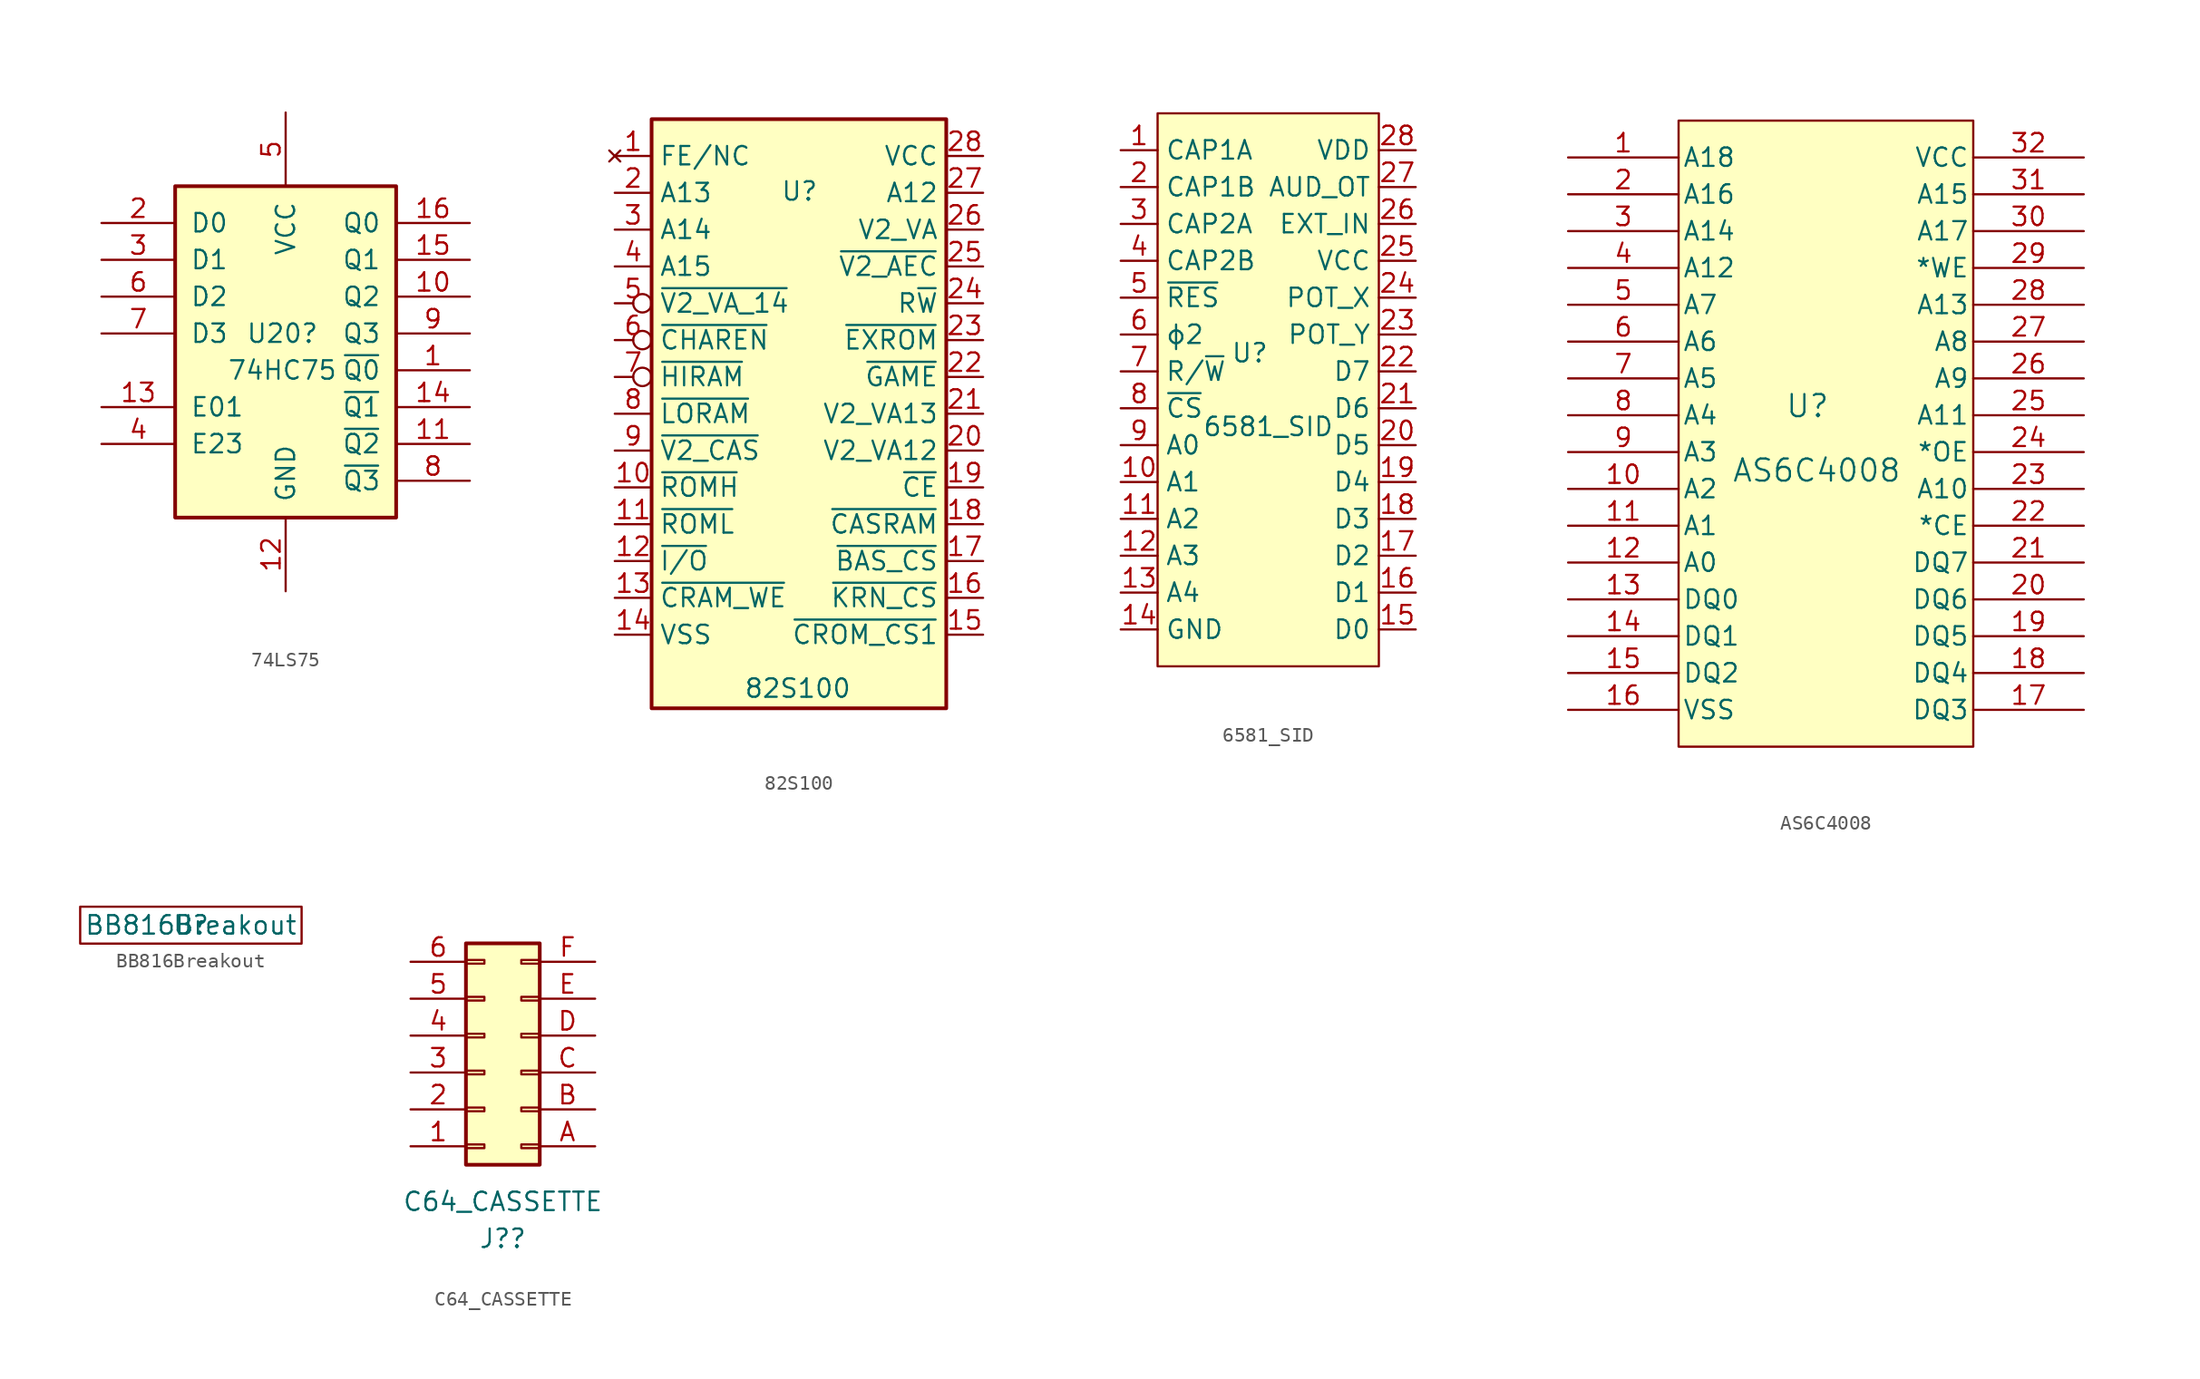
<source format=kicad_sym>
(kicad_symbol_lib
  (version 20220914)
  (generator kicad_symbol_editor)
  (symbol "74LS75"
    (pin_names
      (offset 1.016))
    (property "Reference" "U20"
      (at -0.229 0 0)
      (effects (font (size 1.27 1.27))))
    (property "Value" "74HC75"
      (at -0.229 -2.54 0)
      (effects (font (size 1.27 1.27))))
    (symbol "74LS75_1_0"
      (pin output line (at 12.7 -2.54 180) (length 5.08) (name "~{Q0}" (effects (font (size 1.27 1.27)))) (number "1" (effects (font (size 1.27 1.27)))))
      (pin output line (at 12.7 2.54 180) (length 5.08) (name "Q2" (effects (font (size 1.27 1.27)))) (number "10" (effects (font (size 1.27 1.27)))))
      (pin output line (at 12.7 -7.62 180) (length 5.08) (name "~{Q2}" (effects (font (size 1.27 1.27)))) (number "11" (effects (font (size 1.27 1.27)))))
      (pin power_in line (at 0 -17.78 90) (length 5.08) (name "GND" (effects (font (size 1.27 1.27)))) (number "12" (effects (font (size 1.27 1.27)))))
      (pin input line (at -12.7 -5.08 0) (length 5.08) (name "E01" (effects (font (size 1.27 1.27)))) (number "13" (effects (font (size 1.27 1.27)))))
      (pin output line (at 12.7 -5.08 180) (length 5.08) (name "~{Q1}" (effects (font (size 1.27 1.27)))) (number "14" (effects (font (size 1.27 1.27)))))
      (pin output line (at 12.7 5.08 180) (length 5.08) (name "Q1" (effects (font (size 1.27 1.27)))) (number "15" (effects (font (size 1.27 1.27)))))
      (pin output line (at 12.7 7.62 180) (length 5.08) (name "Q0" (effects (font (size 1.27 1.27)))) (number "16" (effects (font (size 1.27 1.27)))))
      (pin input line (at -12.7 7.62 0) (length 5.08) (name "D0" (effects (font (size 1.27 1.27)))) (number "2" (effects (font (size 1.27 1.27)))))
      (pin input line (at -12.7 5.08 0) (length 5.08) (name "D1" (effects (font (size 1.27 1.27)))) (number "3" (effects (font (size 1.27 1.27)))))
      (pin input line (at -12.7 -7.62 0) (length 5.08) (name "E23" (effects (font (size 1.27 1.27)))) (number "4" (effects (font (size 1.27 1.27)))))
      (pin power_in line (at 0 15.24 270) (length 5.08) (name "VCC" (effects (font (size 1.27 1.27)))) (number "5" (effects (font (size 1.27 1.27)))))
      (pin input line (at -12.7 2.54 0) (length 5.08) (name "D2" (effects (font (size 1.27 1.27)))) (number "6" (effects (font (size 1.27 1.27)))))
      (pin input line (at -12.7 0 0) (length 5.08) (name "D3" (effects (font (size 1.27 1.27)))) (number "7" (effects (font (size 1.27 1.27)))))
      (pin output line (at 12.7 -10.16 180) (length 5.08) (name "~{Q3}" (effects (font (size 1.27 1.27)))) (number "8" (effects (font (size 1.27 1.27)))))
      (pin output line (at 12.7 0 180) (length 5.08) (name "Q3" (effects (font (size 1.27 1.27)))) (number "9" (effects (font (size 1.27 1.27))))))
    (symbol "74LS75_1_1"
      (rectangle (start -7.62 10.16) (end 7.62 -12.7) (stroke (width 0.254) (type default)) (fill (type background)))))
  (symbol "82S100"
    (property "Reference" "U"
      (at -1.27 14.605 0)
      (effects (font (size 1.27 1.27)) (justify left bottom)))
    (property "Value" "82S100"
      (at -3.81 -19.685 0)
      (effects (font (size 1.27 1.27)) (justify left bottom)))
    (symbol "82S100_0_0"
      (pin output line (at 12.7 -7.62 180) (length 2.54) (name "~{CASRAM}" (effects (font (size 1.27 1.27)))) (number "18" (effects (font (size 1.27 1.27)))))
      (pin input line (at 12.7 -2.54 180) (length 2.54) (name "V2_VA12" (effects (font (size 1.27 1.27)))) (number "20" (effects (font (size 1.27 1.27))))))
    (symbol "82S100_0_1"
      (rectangle (start -10.16 20.32) (end 10.16 -20.32) (stroke (width 0.254) (type default)) (fill (type background))))
    (symbol "82S100_1_1"
      (pin no_connect line (at -12.7 17.78 0) (length 2.54) (name "FE/NC" (effects (font (size 1.27 1.27)))) (number "1" (effects (font (size 1.27 1.27)))))
      (pin output line (at -12.7 -5.08 0) (length 2.54) (name "~{ROMH}" (effects (font (size 1.27 1.27)))) (number "10" (effects (font (size 1.27 1.27)))))
      (pin output line (at -12.7 -7.62 0) (length 2.54) (name "~{ROML}" (effects (font (size 1.27 1.27)))) (number "11" (effects (font (size 1.27 1.27)))))
      (pin output line (at -12.7 -10.16 0) (length 2.54) (name "~{I/O}" (effects (font (size 1.27 1.27)))) (number "12" (effects (font (size 1.27 1.27)))))
      (pin output line (at -12.7 -12.7 0) (length 2.54) (name "~{CRAM_WE}" (effects (font (size 1.27 1.27)))) (number "13" (effects (font (size 1.27 1.27)))))
      (pin power_in line (at -12.7 -15.24 0) (length 2.54) (name "VSS" (effects (font (size 1.27 1.27)))) (number "14" (effects (font (size 1.27 1.27)))))
      (pin output line (at 12.7 -15.24 180) (length 2.54) (name "~{CROM_CS1}" (effects (font (size 1.27 1.27)))) (number "15" (effects (font (size 1.27 1.27)))))
      (pin output line (at 12.7 -12.7 180) (length 2.54) (name "~{KRN_CS}" (effects (font (size 1.27 1.27)))) (number "16" (effects (font (size 1.27 1.27)))))
      (pin output line (at 12.7 -10.16 180) (length 2.54) (name "~{BAS_CS}" (effects (font (size 1.27 1.27)))) (number "17" (effects (font (size 1.27 1.27)))))
      (pin input line (at 12.7 -5.08 180) (length 2.54) (name "~{CE}" (effects (font (size 1.27 1.27)))) (number "19" (effects (font (size 1.27 1.27)))))
      (pin input line (at -12.7 15.24 0) (length 2.54) (name "A13" (effects (font (size 1.27 1.27)))) (number "2" (effects (font (size 1.27 1.27)))))
      (pin input line (at 12.7 0 180) (length 2.54) (name "V2_VA13" (effects (font (size 1.27 1.27)))) (number "21" (effects (font (size 1.27 1.27)))))
      (pin input line (at 12.7 2.54 180) (length 2.54) (name "~{GAME}" (effects (font (size 1.27 1.27)))) (number "22" (effects (font (size 1.27 1.27)))))
      (pin input line (at 12.7 5.08 180) (length 2.54) (name "~{EXROM}" (effects (font (size 1.27 1.27)))) (number "23" (effects (font (size 1.27 1.27)))))
      (pin input line (at 12.7 7.62 180) (length 2.54) (name "R~{W}" (effects (font (size 1.27 1.27)))) (number "24" (effects (font (size 1.27 1.27)))))
      (pin input line (at 12.7 10.16 180) (length 2.54) (name "~{V2_AEC}" (effects (font (size 1.27 1.27)))) (number "25" (effects (font (size 1.27 1.27)))))
      (pin input line (at 12.7 12.7 180) (length 2.54) (name "V2_VA" (effects (font (size 1.27 1.27)))) (number "26" (effects (font (size 1.27 1.27)))))
      (pin input line (at 12.7 15.24 180) (length 2.54) (name "A12" (effects (font (size 1.27 1.27)))) (number "27" (effects (font (size 1.27 1.27)))))
      (pin power_in line (at 12.7 17.78 180) (length 2.54) (name "VCC" (effects (font (size 1.27 1.27)))) (number "28" (effects (font (size 1.27 1.27)))))
      (pin input line (at -12.7 12.7 0) (length 2.54) (name "A14" (effects (font (size 1.27 1.27)))) (number "3" (effects (font (size 1.27 1.27)))))
      (pin input line (at -12.7 10.16 0) (length 2.54) (name "A15" (effects (font (size 1.27 1.27)))) (number "4" (effects (font (size 1.27 1.27)))))
      (pin input inverted (at -12.7 7.62 0) (length 2.54) (name "~{V2_VA_14}" (effects (font (size 1.27 1.27)))) (number "5" (effects (font (size 1.27 1.27)))))
      (pin input inverted (at -12.7 5.08 0) (length 2.54) (name "~{CHAREN}" (effects (font (size 1.27 1.27)))) (number "6" (effects (font (size 1.27 1.27)))))
      (pin input inverted (at -12.7 2.54 0) (length 2.54) (name "~{HIRAM}" (effects (font (size 1.27 1.27)))) (number "7" (effects (font (size 1.27 1.27)))))
      (pin input line (at -12.7 0 0) (length 2.54) (name "~{LORAM}" (effects (font (size 1.27 1.27)))) (number "8" (effects (font (size 1.27 1.27)))))
      (pin input line (at -12.7 -2.54 0) (length 2.54) (name "~{V2_CAS}" (effects (font (size 1.27 1.27)))) (number "9" (effects (font (size 1.27 1.27)))))))
  (symbol "6581_SID"
    (property "Reference" "U"
      (at -1.27 2.54 0)
      (effects (font (size 1.27 1.27))))
    (property "Value" "6581_SID"
      (at 0 -2.54 0)
      (effects (font (size 1.27 1.27))))
    (symbol "6581_SID_0_1"
      (rectangle (start -7.62 19.05) (end 7.62 -19.05) (stroke (width 0) (type default)) (fill (type background))))
    (symbol "6581_SID_1_1"
      (pin input line (at -10.16 16.51 0) (length 2.54) (name "CAP1A" (effects (font (size 1.27 1.27)))) (number "1" (effects (font (size 1.27 1.27)))))
      (pin input line (at -10.16 -6.35 0) (length 2.54) (name "A1" (effects (font (size 1.27 1.27)))) (number "10" (effects (font (size 1.27 1.27)))))
      (pin input line (at -10.16 -8.89 0) (length 2.54) (name "A2" (effects (font (size 1.27 1.27)))) (number "11" (effects (font (size 1.27 1.27)))))
      (pin input line (at -10.16 -11.43 0) (length 2.54) (name "A3" (effects (font (size 1.27 1.27)))) (number "12" (effects (font (size 1.27 1.27)))))
      (pin input line (at -10.16 -13.97 0) (length 2.54) (name "A4" (effects (font (size 1.27 1.27)))) (number "13" (effects (font (size 1.27 1.27)))))
      (pin input line (at -10.16 -16.51 0) (length 2.54) (name "GND" (effects (font (size 1.27 1.27)))) (number "14" (effects (font (size 1.27 1.27)))))
      (pin input line (at 10.16 -16.51 180) (length 2.54) (name "D0" (effects (font (size 1.27 1.27)))) (number "15" (effects (font (size 1.27 1.27)))))
      (pin input line (at 10.16 -13.97 180) (length 2.54) (name "D1" (effects (font (size 1.27 1.27)))) (number "16" (effects (font (size 1.27 1.27)))))
      (pin input line (at 10.16 -11.43 180) (length 2.54) (name "D2" (effects (font (size 1.27 1.27)))) (number "17" (effects (font (size 1.27 1.27)))))
      (pin input line (at 10.16 -8.89 180) (length 2.54) (name "D3" (effects (font (size 1.27 1.27)))) (number "18" (effects (font (size 1.27 1.27)))))
      (pin input line (at 10.16 -6.35 180) (length 2.54) (name "D4" (effects (font (size 1.27 1.27)))) (number "19" (effects (font (size 1.27 1.27)))))
      (pin input line (at -10.16 13.97 0) (length 2.54) (name "CAP1B" (effects (font (size 1.27 1.27)))) (number "2" (effects (font (size 1.27 1.27)))))
      (pin input line (at 10.16 -3.81 180) (length 2.54) (name "D5" (effects (font (size 1.27 1.27)))) (number "20" (effects (font (size 1.27 1.27)))))
      (pin input line (at 10.16 -1.27 180) (length 2.54) (name "D6" (effects (font (size 1.27 1.27)))) (number "21" (effects (font (size 1.27 1.27)))))
      (pin input line (at 10.16 1.27 180) (length 2.54) (name "D7" (effects (font (size 1.27 1.27)))) (number "22" (effects (font (size 1.27 1.27)))))
      (pin input line (at 10.16 3.81 180) (length 2.54) (name "POT_Y" (effects (font (size 1.27 1.27)))) (number "23" (effects (font (size 1.27 1.27)))))
      (pin input line (at 10.16 6.35 180) (length 2.54) (name "POT_X" (effects (font (size 1.27 1.27)))) (number "24" (effects (font (size 1.27 1.27)))))
      (pin input line (at 10.16 8.89 180) (length 2.54) (name "VCC" (effects (font (size 1.27 1.27)))) (number "25" (effects (font (size 1.27 1.27)))))
      (pin input line (at 10.16 11.43 180) (length 2.54) (name "EXT_IN" (effects (font (size 1.27 1.27)))) (number "26" (effects (font (size 1.27 1.27)))))
      (pin input line (at 10.16 13.97 180) (length 2.54) (name "AUD_OT" (effects (font (size 1.27 1.27)))) (number "27" (effects (font (size 1.27 1.27)))))
      (pin input line (at 10.16 16.51 180) (length 2.54) (name "VDD" (effects (font (size 1.27 1.27)))) (number "28" (effects (font (size 1.27 1.27)))))
      (pin input line (at -10.16 11.43 0) (length 2.54) (name "CAP2A" (effects (font (size 1.27 1.27)))) (number "3" (effects (font (size 1.27 1.27)))))
      (pin input line (at -10.16 8.89 0) (length 2.54) (name "CAP2B" (effects (font (size 1.27 1.27)))) (number "4" (effects (font (size 1.27 1.27)))))
      (pin input line (at -10.16 6.35 0) (length 2.54) (name "~{RES}" (effects (font (size 1.27 1.27)))) (number "5" (effects (font (size 1.27 1.27)))))
      (pin input line (at -10.16 3.81 0) (length 2.54) (name "ϕ2" (effects (font (size 1.27 1.27)))) (number "6" (effects (font (size 1.27 1.27)))))
      (pin input line (at -10.16 1.27 0) (length 2.54) (name "R/~{W}" (effects (font (size 1.27 1.27)))) (number "7" (effects (font (size 1.27 1.27)))))
      (pin input line (at -10.16 -1.27 0) (length 2.54) (name "~{CS}" (effects (font (size 1.27 1.27)))) (number "8" (effects (font (size 1.27 1.27)))))
      (pin input line (at -10.16 -3.81 0) (length 2.54) (name "A0" (effects (font (size 1.27 1.27)))) (number "9" (effects (font (size 1.27 1.27)))))))
  (symbol "AS6C4008"
    (pin_names
      (offset 0.254))
    (property "Reference" "U"
      (at -1.27 1.905 0)
      (effects (font (size 1.524 1.524))))
    (property "Value" "AS6C4008"
      (at -0.635 -2.54 0)
      (effects (font (size 1.524 1.524))))
    (symbol "AS6C4008_0_1"
      (rectangle (start -10.16 21.59) (end 10.16 -21.59) (stroke (width 0) (type default)) (fill (type background)))
      (pin input line (at -17.78 19.05 0) (length 7.62) (name "A18" (effects (font (size 1.27 1.27)))) (number "1" (effects (font (size 1.27 1.27)))))
      (pin input line (at -17.78 -3.81 0) (length 7.62) (name "A2" (effects (font (size 1.27 1.27)))) (number "10" (effects (font (size 1.27 1.27)))))
      (pin input line (at -17.78 -6.35 0) (length 7.62) (name "A1" (effects (font (size 1.27 1.27)))) (number "11" (effects (font (size 1.27 1.27)))))
      (pin input line (at -17.78 -8.89 0) (length 7.62) (name "A0" (effects (font (size 1.27 1.27)))) (number "12" (effects (font (size 1.27 1.27)))))
      (pin bidirectional line (at -17.78 -11.43 0) (length 7.62) (name "DQ0" (effects (font (size 1.27 1.27)))) (number "13" (effects (font (size 1.27 1.27)))))
      (pin bidirectional line (at -17.78 -13.97 0) (length 7.62) (name "DQ1" (effects (font (size 1.27 1.27)))) (number "14" (effects (font (size 1.27 1.27)))))
      (pin bidirectional line (at -17.78 -16.51 0) (length 7.62) (name "DQ2" (effects (font (size 1.27 1.27)))) (number "15" (effects (font (size 1.27 1.27)))))
      (pin power_in line (at -17.78 -19.05 0) (length 7.62) (name "VSS" (effects (font (size 1.27 1.27)))) (number "16" (effects (font (size 1.27 1.27)))))
      (pin bidirectional line (at 17.78 -19.05 180) (length 7.62) (name "DQ3" (effects (font (size 1.27 1.27)))) (number "17" (effects (font (size 1.27 1.27)))))
      (pin bidirectional line (at 17.78 -16.51 180) (length 7.62) (name "DQ4" (effects (font (size 1.27 1.27)))) (number "18" (effects (font (size 1.27 1.27)))))
      (pin bidirectional line (at 17.78 -13.97 180) (length 7.62) (name "DQ5" (effects (font (size 1.27 1.27)))) (number "19" (effects (font (size 1.27 1.27)))))
      (pin input line (at -17.78 16.51 0) (length 7.62) (name "A16" (effects (font (size 1.27 1.27)))) (number "2" (effects (font (size 1.27 1.27)))))
      (pin bidirectional line (at 17.78 -11.43 180) (length 7.62) (name "DQ6" (effects (font (size 1.27 1.27)))) (number "20" (effects (font (size 1.27 1.27)))))
      (pin bidirectional line (at 17.78 -8.89 180) (length 7.62) (name "DQ7" (effects (font (size 1.27 1.27)))) (number "21" (effects (font (size 1.27 1.27)))))
      (pin input line (at 17.78 -6.35 180) (length 7.62) (name "*CE" (effects (font (size 1.27 1.27)))) (number "22" (effects (font (size 1.27 1.27)))))
      (pin input line (at 17.78 -3.81 180) (length 7.62) (name "A10" (effects (font (size 1.27 1.27)))) (number "23" (effects (font (size 1.27 1.27)))))
      (pin bidirectional line (at 17.78 -1.27 180) (length 7.62) (name "*OE" (effects (font (size 1.27 1.27)))) (number "24" (effects (font (size 1.27 1.27)))))
      (pin input line (at 17.78 1.27 180) (length 7.62) (name "A11" (effects (font (size 1.27 1.27)))) (number "25" (effects (font (size 1.27 1.27)))))
      (pin input line (at 17.78 3.81 180) (length 7.62) (name "A9" (effects (font (size 1.27 1.27)))) (number "26" (effects (font (size 1.27 1.27)))))
      (pin input line (at 17.78 6.35 180) (length 7.62) (name "A8" (effects (font (size 1.27 1.27)))) (number "27" (effects (font (size 1.27 1.27)))))
      (pin input line (at 17.78 8.89 180) (length 7.62) (name "A13" (effects (font (size 1.27 1.27)))) (number "28" (effects (font (size 1.27 1.27)))))
      (pin input line (at 17.78 11.43 180) (length 7.62) (name "*WE" (effects (font (size 1.27 1.27)))) (number "29" (effects (font (size 1.27 1.27)))))
      (pin input line (at -17.78 13.97 0) (length 7.62) (name "A14" (effects (font (size 1.27 1.27)))) (number "3" (effects (font (size 1.27 1.27)))))
      (pin input line (at 17.78 13.97 180) (length 7.62) (name "A17" (effects (font (size 1.27 1.27)))) (number "30" (effects (font (size 1.27 1.27)))))
      (pin input line (at 17.78 16.51 180) (length 7.62) (name "A15" (effects (font (size 1.27 1.27)))) (number "31" (effects (font (size 1.27 1.27)))))
      (pin power_in line (at 17.78 19.05 180) (length 7.62) (name "VCC" (effects (font (size 1.27 1.27)))) (number "32" (effects (font (size 1.27 1.27)))))
      (pin input line (at -17.78 11.43 0) (length 7.62) (name "A12" (effects (font (size 1.27 1.27)))) (number "4" (effects (font (size 1.27 1.27)))))
      (pin input line (at -17.78 8.89 0) (length 7.62) (name "A7" (effects (font (size 1.27 1.27)))) (number "5" (effects (font (size 1.27 1.27)))))
      (pin input line (at -17.78 6.35 0) (length 7.62) (name "A6" (effects (font (size 1.27 1.27)))) (number "6" (effects (font (size 1.27 1.27)))))
      (pin input line (at -17.78 3.81 0) (length 7.62) (name "A5" (effects (font (size 1.27 1.27)))) (number "7" (effects (font (size 1.27 1.27)))))
      (pin input line (at -17.78 1.27 0) (length 7.62) (name "A4" (effects (font (size 1.27 1.27)))) (number "8" (effects (font (size 1.27 1.27)))))
      (pin input line (at -17.78 -1.27 0) (length 7.62) (name "A3" (effects (font (size 1.27 1.27)))) (number "9" (effects (font (size 1.27 1.27)))))))
  (symbol "BB816Breakout"
    (property "Reference" "U"
      (at 0 0 0)
      (effects (font (size 1.27 1.27))))
    (property "Value" "BB816Breakout"
      (at 0 0 0)
      (effects (font (size 1.27 1.27))))
    (symbol "BB816Breakout_0_1"
      (rectangle (start -7.62 1.27) (end 7.62 -1.27) (stroke (width 0) (type default)) (fill (type none)))))
  (symbol "C64_CASSETTE"
    (pin_names
      (offset 1.016) hide)
    (property "Reference" "J?"
      (at 1.27 -7.62 0)
      (effects (font (size 1.27 1.27))))
    (property "Value" "C64_CASSETTE"
      (at 1.27 -5.08 0)
      (effects (font (size 1.27 1.27))))
    (symbol "C64_CASSETTE_1_1"
      (rectangle (start 0 -1.143) (end -1.27 -1.397) (stroke (width 0.152) (type default)) (fill (type none)))
      (rectangle (start 0 1.397) (end -1.27 1.143) (stroke (width 0.152) (type default)) (fill (type none)))
      (rectangle (start 0 3.937) (end -1.27 3.683) (stroke (width 0.152) (type default)) (fill (type none)))
      (rectangle (start 0 6.477) (end -1.27 6.223) (stroke (width 0.152) (type default)) (fill (type none)))
      (rectangle (start 0 9.017) (end -1.27 8.763) (stroke (width 0.152) (type default)) (fill (type none)))
      (rectangle (start 0 11.557) (end -1.27 11.303) (stroke (width 0.152) (type default)) (fill (type none)))
      (rectangle (start 2.54 -1.143) (end 3.81 -1.397) (stroke (width 0.152) (type default)) (fill (type none)))
      (rectangle (start 2.54 1.397) (end 3.81 1.143) (stroke (width 0.152) (type default)) (fill (type none)))
      (rectangle (start 2.54 3.937) (end 3.81 3.683) (stroke (width 0.152) (type default)) (fill (type none)))
      (rectangle (start 2.54 6.477) (end 3.81 6.223) (stroke (width 0.152) (type default)) (fill (type none)))
      (rectangle (start 2.54 9.017) (end 3.81 8.763) (stroke (width 0.152) (type default)) (fill (type none)))
      (rectangle (start 2.54 11.557) (end 3.81 11.303) (stroke (width 0.152) (type default)) (fill (type none)))
      (rectangle (start 3.81 12.7) (end -1.27 -2.54) (stroke (width 0.254) (type default)) (fill (type background)))
      (pin passive line (at -5.08 -1.27 0) (length 3.81) (name "GND" (effects (font (size 1.27 1.27)))) (number "1" (effects (font (size 1.27 1.27)))))
      (pin passive line (at -5.08 1.27 0) (length 3.81) (name "+5VDC" (effects (font (size 1.27 1.27)))) (number "2" (effects (font (size 1.27 1.27)))))
      (pin passive line (at -5.08 3.81 0) (length 3.81) (name "Pin_3" (effects (font (size 1.27 1.27)))) (number "3" (effects (font (size 1.27 1.27)))))
      (pin passive line (at -5.08 6.35 0) (length 3.81) (name "READ" (effects (font (size 1.27 1.27)))) (number "4" (effects (font (size 1.27 1.27)))))
      (pin passive line (at -5.08 8.89 0) (length 3.81) (name "WRITE" (effects (font (size 1.27 1.27)))) (number "5" (effects (font (size 1.27 1.27)))))
      (pin passive line (at -5.08 11.43 0) (length 3.81) (name "SENSE" (effects (font (size 1.27 1.27)))) (number "6" (effects (font (size 1.27 1.27)))))
      (pin passive line (at 7.62 -1.27 180) (length 3.81) (name "GND" (effects (font (size 1.27 1.27)))) (number "A" (effects (font (size 1.27 1.27)))))
      (pin passive line (at 7.62 1.27 180) (length 3.81) (name "+5VDC" (effects (font (size 1.27 1.27)))) (number "B" (effects (font (size 1.27 1.27)))))
      (pin passive line (at 7.62 3.81 180) (length 3.81) (name "MOTOR" (effects (font (size 1.27 1.27)))) (number "C" (effects (font (size 1.27 1.27)))))
      (pin passive line (at 7.62 6.35 180) (length 3.81) (name "READ" (effects (font (size 1.27 1.27)))) (number "D" (effects (font (size 1.27 1.27)))))
      (pin passive line (at 7.62 8.89 180) (length 3.81) (name "WRITE" (effects (font (size 1.27 1.27)))) (number "E" (effects (font (size 1.27 1.27)))))
      (pin passive line (at 7.62 11.43 180) (length 3.81) (name "SENSE" (effects (font (size 1.27 1.27)))) (number "F" (effects (font (size 1.27 1.27))))))))
</source>
